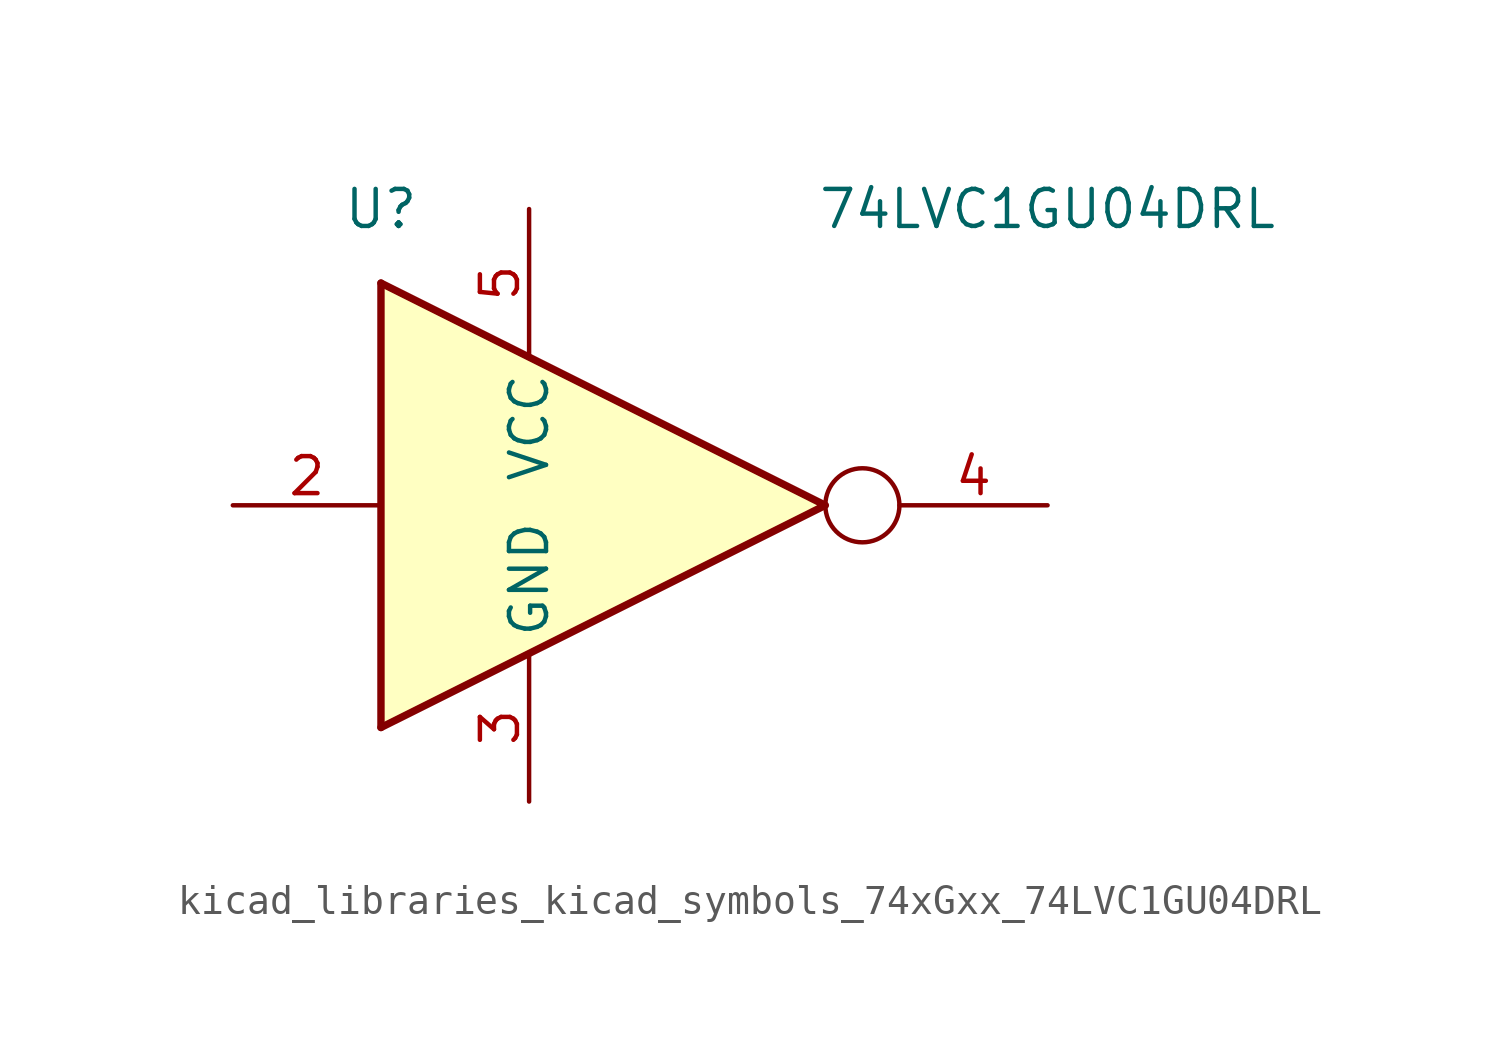
<source format=kicad_sym>
(kicad_symbol_lib
  (version 20220914)
  (generator kicad_symbol_editor)
  (symbol "kicad_libraries_kicad_symbols_74xGxx_74LVC1GU04DRL"
    (property "Reference" "U"
      (at -5.08 10.16 0)
      (effects (font (size 1.27 1.27))))
    (property "Value" "74LVC1GU04DRL"
      (at 17.78 10.16 0)
      (effects (font (size 1.27 1.27))))
    (symbol "kicad_libraries_kicad_symbols_74xGxx_74LVC1GU04DRL_0_1"
      (rectangle (start -5.08 7.62) (end -5.08 -7.62) (stroke (width 0.254) (type default)) (fill (type background)))
      (polyline (pts (xy -5.08 -7.62) (xy 10.16 0) (xy -5.08 7.62)) (stroke (width 0.254) (type default)) (fill (type background)))
      (circle (center 11.43 0) (radius 1.27) (stroke (width 0) (type default)) (fill (type none))))
    (symbol "kicad_libraries_kicad_symbols_74xGxx_74LVC1GU04DRL_1_1"
      (pin no_connect line (at 10.16 0 180) (length 5.08) hide (name "NC" (effects (font (size 1.27 1.27)))) (number "1" (effects (font (size 1.27 1.27)))))
      (pin input line (at -10.16 0 0) (length 5.08) (name "~" (effects (font (size 1.27 1.27)))) (number "2" (effects (font (size 1.27 1.27)))))
      (pin power_in line (at 0 -10.16 90) (length 5.08) (name "GND" (effects (font (size 1.27 1.27)))) (number "3" (effects (font (size 1.27 1.27)))))
      (pin output line (at 17.78 0 180) (length 5.08) (name "~" (effects (font (size 1.27 1.27)))) (number "4" (effects (font (size 1.27 1.27)))))
      (pin power_in line (at 0 10.16 270) (length 5.08) (name "VCC" (effects (font (size 1.27 1.27)))) (number "5" (effects (font (size 1.27 1.27))))))))
</source>
